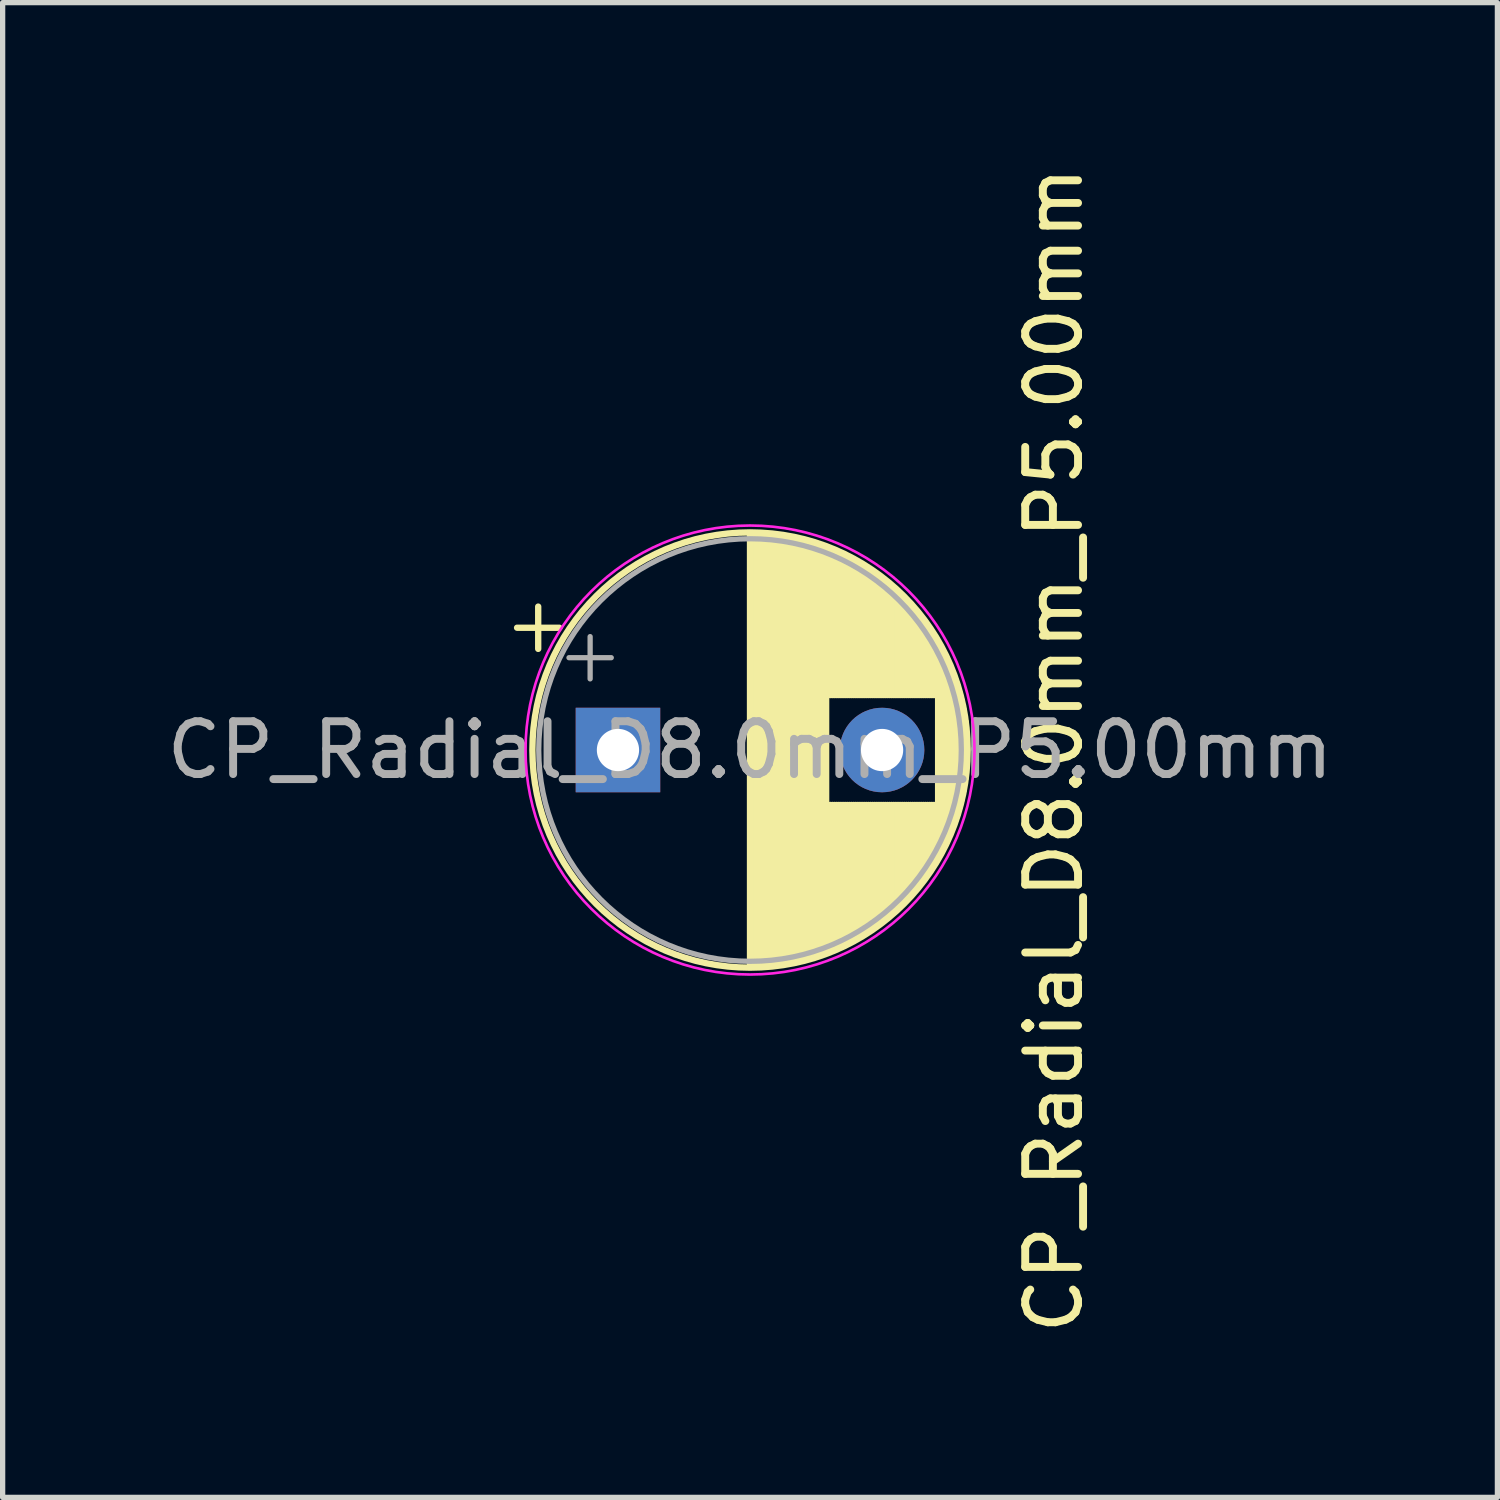
<source format=kicad_pcb>
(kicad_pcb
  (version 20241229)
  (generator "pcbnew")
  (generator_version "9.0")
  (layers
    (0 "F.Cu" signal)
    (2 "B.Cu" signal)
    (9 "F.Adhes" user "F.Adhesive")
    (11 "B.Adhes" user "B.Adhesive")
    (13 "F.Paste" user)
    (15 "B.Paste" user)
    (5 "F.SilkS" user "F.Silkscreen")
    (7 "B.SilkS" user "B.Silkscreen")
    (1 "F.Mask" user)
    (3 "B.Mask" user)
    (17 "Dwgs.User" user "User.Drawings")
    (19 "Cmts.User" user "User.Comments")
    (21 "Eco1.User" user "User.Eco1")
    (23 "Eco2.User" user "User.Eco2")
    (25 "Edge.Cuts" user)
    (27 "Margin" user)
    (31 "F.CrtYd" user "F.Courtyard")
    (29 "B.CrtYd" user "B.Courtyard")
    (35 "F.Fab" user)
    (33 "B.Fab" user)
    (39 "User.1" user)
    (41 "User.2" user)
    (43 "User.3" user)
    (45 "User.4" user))
  (footprint "CP_Radial_D8.0mm_P5.00mm"
    (layer "F.Cu")
    (at 8.649 11.149)
    (property "Reference" "CP_Radial_D8.0mm_P5.00mm" (at 8.255 0 270) (layer "F.SilkS") (effects (font (size 1 1) (thickness 0.15))))
    (attr through_hole)
    (fp_line (start -1.91 -2.315) (end -1.11 -2.315) (stroke (width 0.12) (type solid)) (layer "F.SilkS"))
    (fp_line (start -1.51 -2.715) (end -1.51 -1.915) (stroke (width 0.12) (type solid)) (layer "F.SilkS"))
    (fp_line (start 2.5 -4.08) (end 2.5 4.08) (stroke (width 0.12) (type solid)) (layer "F.SilkS"))
    (fp_line (start 2.54 -4.08) (end 2.54 4.08) (stroke (width 0.12) (type solid)) (layer "F.SilkS"))
    (fp_line (start 2.58 -4.08) (end 2.58 4.08) (stroke (width 0.12) (type solid)) (layer "F.SilkS"))
    (fp_line (start 2.62 -4.079) (end 2.62 4.079) (stroke (width 0.12) (type solid)) (layer "F.SilkS"))
    (fp_line (start 2.66 -4.077) (end 2.66 4.077) (stroke (width 0.12) (type solid)) (layer "F.SilkS"))
    (fp_line (start 2.7 -4.076) (end 2.7 4.076) (stroke (width 0.12) (type solid)) (layer "F.SilkS"))
    (fp_line (start 2.74 -4.074) (end 2.74 4.074) (stroke (width 0.12) (type solid)) (layer "F.SilkS"))
    (fp_line (start 2.78 -4.071) (end 2.78 4.071) (stroke (width 0.12) (type solid)) (layer "F.SilkS"))
    (fp_line (start 2.82 -4.068) (end 2.82 4.068) (stroke (width 0.12) (type solid)) (layer "F.SilkS"))
    (fp_line (start 2.86 -4.065) (end 2.86 4.065) (stroke (width 0.12) (type solid)) (layer "F.SilkS"))
    (fp_line (start 2.9 -4.061) (end 2.9 4.061) (stroke (width 0.12) (type solid)) (layer "F.SilkS"))
    (fp_line (start 2.94 -4.057) (end 2.94 4.057) (stroke (width 0.12) (type solid)) (layer "F.SilkS"))
    (fp_line (start 2.98 -4.052) (end 2.98 4.052) (stroke (width 0.12) (type solid)) (layer "F.SilkS"))
    (fp_line (start 3.02 -4.048) (end 3.02 4.048) (stroke (width 0.12) (type solid)) (layer "F.SilkS"))
    (fp_line (start 3.06 -4.042) (end 3.06 4.042) (stroke (width 0.12) (type solid)) (layer "F.SilkS"))
    (fp_line (start 3.1 -4.037) (end 3.1 4.037) (stroke (width 0.12) (type solid)) (layer "F.SilkS"))
    (fp_line (start 3.14 -4.03) (end 3.14 4.03) (stroke (width 0.12) (type solid)) (layer "F.SilkS"))
    (fp_line (start 3.18 -4.024) (end 3.18 4.024) (stroke (width 0.12) (type solid)) (layer "F.SilkS"))
    (fp_line (start 3.221 -4.017) (end 3.221 4.017) (stroke (width 0.12) (type solid)) (layer "F.SilkS"))
    (fp_line (start 3.261 -4.01) (end 3.261 4.01) (stroke (width 0.12) (type solid)) (layer "F.SilkS"))
    (fp_line (start 3.301 -4.002) (end 3.301 4.002) (stroke (width 0.12) (type solid)) (layer "F.SilkS"))
    (fp_line (start 3.341 -3.994) (end 3.341 3.994) (stroke (width 0.12) (type solid)) (layer "F.SilkS"))
    (fp_line (start 3.381 -3.985) (end 3.381 3.985) (stroke (width 0.12) (type solid)) (layer "F.SilkS"))
    (fp_line (start 3.421 -3.976) (end 3.421 3.976) (stroke (width 0.12) (type solid)) (layer "F.SilkS"))
    (fp_line (start 3.461 -3.967) (end 3.461 3.967) (stroke (width 0.12) (type solid)) (layer "F.SilkS"))
    (fp_line (start 3.501 -3.957) (end 3.501 3.957) (stroke (width 0.12) (type solid)) (layer "F.SilkS"))
    (fp_line (start 3.541 -3.947) (end 3.541 3.947) (stroke (width 0.12) (type solid)) (layer "F.SilkS"))
    (fp_line (start 3.581 -3.936) (end 3.581 3.936) (stroke (width 0.12) (type solid)) (layer "F.SilkS"))
    (fp_line (start 3.621 -3.925) (end 3.621 3.925) (stroke (width 0.12) (type solid)) (layer "F.SilkS"))
    (fp_line (start 3.661 -3.914) (end 3.661 3.914) (stroke (width 0.12) (type solid)) (layer "F.SilkS"))
    (fp_line (start 3.701 -3.902) (end 3.701 3.902) (stroke (width 0.12) (type solid)) (layer "F.SilkS"))
    (fp_line (start 3.741 -3.889) (end 3.741 3.889) (stroke (width 0.12) (type solid)) (layer "F.SilkS"))
    (fp_line (start 3.781 -3.877) (end 3.781 3.877) (stroke (width 0.12) (type solid)) (layer "F.SilkS"))
    (fp_line (start 3.821 -3.863) (end 3.821 3.863) (stroke (width 0.12) (type solid)) (layer "F.SilkS"))
    (fp_line (start 3.861 -3.85) (end 3.861 3.85) (stroke (width 0.12) (type solid)) (layer "F.SilkS"))
    (fp_line (start 3.901 -3.835) (end 3.901 3.835) (stroke (width 0.12) (type solid)) (layer "F.SilkS"))
    (fp_line (start 3.941 -3.821) (end 3.941 3.821) (stroke (width 0.12) (type solid)) (layer "F.SilkS"))
    (fp_line (start 3.981 -3.805) (end 3.981 -1.04) (stroke (width 0.12) (type solid)) (layer "F.SilkS"))
    (fp_line (start 3.981 1.04) (end 3.981 3.805) (stroke (width 0.12) (type solid)) (layer "F.SilkS"))
    (fp_line (start 4.021 -3.79) (end 4.021 -1.04) (stroke (width 0.12) (type solid)) (layer "F.SilkS"))
    (fp_line (start 4.021 1.04) (end 4.021 3.79) (stroke (width 0.12) (type solid)) (layer "F.SilkS"))
    (fp_line (start 4.061 -3.774) (end 4.061 -1.04) (stroke (width 0.12) (type solid)) (layer "F.SilkS"))
    (fp_line (start 4.061 1.04) (end 4.061 3.774) (stroke (width 0.12) (type solid)) (layer "F.SilkS"))
    (fp_line (start 4.101 -3.757) (end 4.101 -1.04) (stroke (width 0.12) (type solid)) (layer "F.SilkS"))
    (fp_line (start 4.101 1.04) (end 4.101 3.757) (stroke (width 0.12) (type solid)) (layer "F.SilkS"))
    (fp_line (start 4.141 -3.74) (end 4.141 -1.04) (stroke (width 0.12) (type solid)) (layer "F.SilkS"))
    (fp_line (start 4.141 1.04) (end 4.141 3.74) (stroke (width 0.12) (type solid)) (layer "F.SilkS"))
    (fp_line (start 4.181 -3.722) (end 4.181 -1.04) (stroke (width 0.12) (type solid)) (layer "F.SilkS"))
    (fp_line (start 4.181 1.04) (end 4.181 3.722) (stroke (width 0.12) (type solid)) (layer "F.SilkS"))
    (fp_line (start 4.221 -3.704) (end 4.221 -1.04) (stroke (width 0.12) (type solid)) (layer "F.SilkS"))
    (fp_line (start 4.221 1.04) (end 4.221 3.704) (stroke (width 0.12) (type solid)) (layer "F.SilkS"))
    (fp_line (start 4.261 -3.686) (end 4.261 -1.04) (stroke (width 0.12) (type solid)) (layer "F.SilkS"))
    (fp_line (start 4.261 1.04) (end 4.261 3.686) (stroke (width 0.12) (type solid)) (layer "F.SilkS"))
    (fp_line (start 4.301 -3.666) (end 4.301 -1.04) (stroke (width 0.12) (type solid)) (layer "F.SilkS"))
    (fp_line (start 4.301 1.04) (end 4.301 3.666) (stroke (width 0.12) (type solid)) (layer "F.SilkS"))
    (fp_line (start 4.341 -3.647) (end 4.341 -1.04) (stroke (width 0.12) (type solid)) (layer "F.SilkS"))
    (fp_line (start 4.341 1.04) (end 4.341 3.647) (stroke (width 0.12) (type solid)) (layer "F.SilkS"))
    (fp_line (start 4.381 -3.627) (end 4.381 -1.04) (stroke (width 0.12) (type solid)) (layer "F.SilkS"))
    (fp_line (start 4.381 1.04) (end 4.381 3.627) (stroke (width 0.12) (type solid)) (layer "F.SilkS"))
    (fp_line (start 4.421 -3.606) (end 4.421 -1.04) (stroke (width 0.12) (type solid)) (layer "F.SilkS"))
    (fp_line (start 4.421 1.04) (end 4.421 3.606) (stroke (width 0.12) (type solid)) (layer "F.SilkS"))
    (fp_line (start 4.461 -3.584) (end 4.461 -1.04) (stroke (width 0.12) (type solid)) (layer "F.SilkS"))
    (fp_line (start 4.461 1.04) (end 4.461 3.584) (stroke (width 0.12) (type solid)) (layer "F.SilkS"))
    (fp_line (start 4.501 -3.562) (end 4.501 -1.04) (stroke (width 0.12) (type solid)) (layer "F.SilkS"))
    (fp_line (start 4.501 1.04) (end 4.501 3.562) (stroke (width 0.12) (type solid)) (layer "F.SilkS"))
    (fp_line (start 4.541 -3.54) (end 4.541 -1.04) (stroke (width 0.12) (type solid)) (layer "F.SilkS"))
    (fp_line (start 4.541 1.04) (end 4.541 3.54) (stroke (width 0.12) (type solid)) (layer "F.SilkS"))
    (fp_line (start 4.581 -3.517) (end 4.581 -1.04) (stroke (width 0.12) (type solid)) (layer "F.SilkS"))
    (fp_line (start 4.581 1.04) (end 4.581 3.517) (stroke (width 0.12) (type solid)) (layer "F.SilkS"))
    (fp_line (start 4.621 -3.493) (end 4.621 -1.04) (stroke (width 0.12) (type solid)) (layer "F.SilkS"))
    (fp_line (start 4.621 1.04) (end 4.621 3.493) (stroke (width 0.12) (type solid)) (layer "F.SilkS"))
    (fp_line (start 4.661 -3.469) (end 4.661 -1.04) (stroke (width 0.12) (type solid)) (layer "F.SilkS"))
    (fp_line (start 4.661 1.04) (end 4.661 3.469) (stroke (width 0.12) (type solid)) (layer "F.SilkS"))
    (fp_line (start 4.701 -3.444) (end 4.701 -1.04) (stroke (width 0.12) (type solid)) (layer "F.SilkS"))
    (fp_line (start 4.701 1.04) (end 4.701 3.444) (stroke (width 0.12) (type solid)) (layer "F.SilkS"))
    (fp_line (start 4.741 -3.418) (end 4.741 -1.04) (stroke (width 0.12) (type solid)) (layer "F.SilkS"))
    (fp_line (start 4.741 1.04) (end 4.741 3.418) (stroke (width 0.12) (type solid)) (layer "F.SilkS"))
    (fp_line (start 4.781 -3.392) (end 4.781 -1.04) (stroke (width 0.12) (type solid)) (layer "F.SilkS"))
    (fp_line (start 4.781 1.04) (end 4.781 3.392) (stroke (width 0.12) (type solid)) (layer "F.SilkS"))
    (fp_line (start 4.821 -3.365) (end 4.821 -1.04) (stroke (width 0.12) (type solid)) (layer "F.SilkS"))
    (fp_line (start 4.821 1.04) (end 4.821 3.365) (stroke (width 0.12) (type solid)) (layer "F.SilkS"))
    (fp_line (start 4.861 -3.338) (end 4.861 -1.04) (stroke (width 0.12) (type solid)) (layer "F.SilkS"))
    (fp_line (start 4.861 1.04) (end 4.861 3.338) (stroke (width 0.12) (type solid)) (layer "F.SilkS"))
    (fp_line (start 4.901 -3.309) (end 4.901 -1.04) (stroke (width 0.12) (type solid)) (layer "F.SilkS"))
    (fp_line (start 4.901 1.04) (end 4.901 3.309) (stroke (width 0.12) (type solid)) (layer "F.SilkS"))
    (fp_line (start 4.941 -3.28) (end 4.941 -1.04) (stroke (width 0.12) (type solid)) (layer "F.SilkS"))
    (fp_line (start 4.941 1.04) (end 4.941 3.28) (stroke (width 0.12) (type solid)) (layer "F.SilkS"))
    (fp_line (start 4.981 -3.25) (end 4.981 -1.04) (stroke (width 0.12) (type solid)) (layer "F.SilkS"))
    (fp_line (start 4.981 1.04) (end 4.981 3.25) (stroke (width 0.12) (type solid)) (layer "F.SilkS"))
    (fp_line (start 5.021 -3.22) (end 5.021 -1.04) (stroke (width 0.12) (type solid)) (layer "F.SilkS"))
    (fp_line (start 5.021 1.04) (end 5.021 3.22) (stroke (width 0.12) (type solid)) (layer "F.SilkS"))
    (fp_line (start 5.061 -3.189) (end 5.061 -1.04) (stroke (width 0.12) (type solid)) (layer "F.SilkS"))
    (fp_line (start 5.061 1.04) (end 5.061 3.189) (stroke (width 0.12) (type solid)) (layer "F.SilkS"))
    (fp_line (start 5.101 -3.156) (end 5.101 -1.04) (stroke (width 0.12) (type solid)) (layer "F.SilkS"))
    (fp_line (start 5.101 1.04) (end 5.101 3.156) (stroke (width 0.12) (type solid)) (layer "F.SilkS"))
    (fp_line (start 5.141 -3.124) (end 5.141 -1.04) (stroke (width 0.12) (type solid)) (layer "F.SilkS"))
    (fp_line (start 5.141 1.04) (end 5.141 3.124) (stroke (width 0.12) (type solid)) (layer "F.SilkS"))
    (fp_line (start 5.181 -3.09) (end 5.181 -1.04) (stroke (width 0.12) (type solid)) (layer "F.SilkS"))
    (fp_line (start 5.181 1.04) (end 5.181 3.09) (stroke (width 0.12) (type solid)) (layer "F.SilkS"))
    (fp_line (start 5.221 -3.055) (end 5.221 -1.04) (stroke (width 0.12) (type solid)) (layer "F.SilkS"))
    (fp_line (start 5.221 1.04) (end 5.221 3.055) (stroke (width 0.12) (type solid)) (layer "F.SilkS"))
    (fp_line (start 5.261 -3.019) (end 5.261 -1.04) (stroke (width 0.12) (type solid)) (layer "F.SilkS"))
    (fp_line (start 5.261 1.04) (end 5.261 3.019) (stroke (width 0.12) (type solid)) (layer "F.SilkS"))
    (fp_line (start 5.301 -2.983) (end 5.301 -1.04) (stroke (width 0.12) (type solid)) (layer "F.SilkS"))
    (fp_line (start 5.301 1.04) (end 5.301 2.983) (stroke (width 0.12) (type solid)) (layer "F.SilkS"))
    (fp_line (start 5.341 -2.945) (end 5.341 -1.04) (stroke (width 0.12) (type solid)) (layer "F.SilkS"))
    (fp_line (start 5.341 1.04) (end 5.341 2.945) (stroke (width 0.12) (type solid)) (layer "F.SilkS"))
    (fp_line (start 5.381 -2.907) (end 5.381 -1.04) (stroke (width 0.12) (type solid)) (layer "F.SilkS"))
    (fp_line (start 5.381 1.04) (end 5.381 2.907) (stroke (width 0.12) (type solid)) (layer "F.SilkS"))
    (fp_line (start 5.421 -2.867) (end 5.421 -1.04) (stroke (width 0.12) (type solid)) (layer "F.SilkS"))
    (fp_line (start 5.421 1.04) (end 5.421 2.867) (stroke (width 0.12) (type solid)) (layer "F.SilkS"))
    (fp_line (start 5.461 -2.826) (end 5.461 -1.04) (stroke (width 0.12) (type solid)) (layer "F.SilkS"))
    (fp_line (start 5.461 1.04) (end 5.461 2.826) (stroke (width 0.12) (type solid)) (layer "F.SilkS"))
    (fp_line (start 5.501 -2.784) (end 5.501 -1.04) (stroke (width 0.12) (type solid)) (layer "F.SilkS"))
    (fp_line (start 5.501 1.04) (end 5.501 2.784) (stroke (width 0.12) (type solid)) (layer "F.SilkS"))
    (fp_line (start 5.541 -2.741) (end 5.541 -1.04) (stroke (width 0.12) (type solid)) (layer "F.SilkS"))
    (fp_line (start 5.541 1.04) (end 5.541 2.741) (stroke (width 0.12) (type solid)) (layer "F.SilkS"))
    (fp_line (start 5.581 -2.697) (end 5.581 -1.04) (stroke (width 0.12) (type solid)) (layer "F.SilkS"))
    (fp_line (start 5.581 1.04) (end 5.581 2.697) (stroke (width 0.12) (type solid)) (layer "F.SilkS"))
    (fp_line (start 5.621 -2.651) (end 5.621 -1.04) (stroke (width 0.12) (type solid)) (layer "F.SilkS"))
    (fp_line (start 5.621 1.04) (end 5.621 2.651) (stroke (width 0.12) (type solid)) (layer "F.SilkS"))
    (fp_line (start 5.661 -2.604) (end 5.661 -1.04) (stroke (width 0.12) (type solid)) (layer "F.SilkS"))
    (fp_line (start 5.661 1.04) (end 5.661 2.604) (stroke (width 0.12) (type solid)) (layer "F.SilkS"))
    (fp_line (start 5.701 -2.556) (end 5.701 -1.04) (stroke (width 0.12) (type solid)) (layer "F.SilkS"))
    (fp_line (start 5.701 1.04) (end 5.701 2.556) (stroke (width 0.12) (type solid)) (layer "F.SilkS"))
    (fp_line (start 5.741 -2.505) (end 5.741 -1.04) (stroke (width 0.12) (type solid)) (layer "F.SilkS"))
    (fp_line (start 5.741 1.04) (end 5.741 2.505) (stroke (width 0.12) (type solid)) (layer "F.SilkS"))
    (fp_line (start 5.781 -2.454) (end 5.781 -1.04) (stroke (width 0.12) (type solid)) (layer "F.SilkS"))
    (fp_line (start 5.781 1.04) (end 5.781 2.454) (stroke (width 0.12) (type solid)) (layer "F.SilkS"))
    (fp_line (start 5.821 -2.4) (end 5.821 -1.04) (stroke (width 0.12) (type solid)) (layer "F.SilkS"))
    (fp_line (start 5.821 1.04) (end 5.821 2.4) (stroke (width 0.12) (type solid)) (layer "F.SilkS"))
    (fp_line (start 5.861 -2.345) (end 5.861 -1.04) (stroke (width 0.12) (type solid)) (layer "F.SilkS"))
    (fp_line (start 5.861 1.04) (end 5.861 2.345) (stroke (width 0.12) (type solid)) (layer "F.SilkS"))
    (fp_line (start 5.901 -2.287) (end 5.901 -1.04) (stroke (width 0.12) (type solid)) (layer "F.SilkS"))
    (fp_line (start 5.901 1.04) (end 5.901 2.287) (stroke (width 0.12) (type solid)) (layer "F.SilkS"))
    (fp_line (start 5.941 -2.228) (end 5.941 -1.04) (stroke (width 0.12) (type solid)) (layer "F.SilkS"))
    (fp_line (start 5.941 1.04) (end 5.941 2.228) (stroke (width 0.12) (type solid)) (layer "F.SilkS"))
    (fp_line (start 5.981 -2.166) (end 5.981 -1.04) (stroke (width 0.12) (type solid)) (layer "F.SilkS"))
    (fp_line (start 5.981 1.04) (end 5.981 2.166) (stroke (width 0.12) (type solid)) (layer "F.SilkS"))
    (fp_line (start 6.021 -2.102) (end 6.021 -1.04) (stroke (width 0.12) (type solid)) (layer "F.SilkS"))
    (fp_line (start 6.021 1.04) (end 6.021 2.102) (stroke (width 0.12) (type solid)) (layer "F.SilkS"))
    (fp_line (start 6.061 -2.034) (end 6.061 2.034) (stroke (width 0.12) (type solid)) (layer "F.SilkS"))
    (fp_line (start 6.101 -1.964) (end 6.101 1.964) (stroke (width 0.12) (type solid)) (layer "F.SilkS"))
    (fp_line (start 6.141 -1.89) (end 6.141 1.89) (stroke (width 0.12) (type solid)) (layer "F.SilkS"))
    (fp_line (start 6.181 -1.813) (end 6.181 1.813) (stroke (width 0.12) (type solid)) (layer "F.SilkS"))
    (fp_line (start 6.221 -1.731) (end 6.221 1.731) (stroke (width 0.12) (type solid)) (layer "F.SilkS"))
    (fp_line (start 6.261 -1.645) (end 6.261 1.645) (stroke (width 0.12) (type solid)) (layer "F.SilkS"))
    (fp_line (start 6.301 -1.552) (end 6.301 1.552) (stroke (width 0.12) (type solid)) (layer "F.SilkS"))
    (fp_line (start 6.341 -1.453) (end 6.341 1.453) (stroke (width 0.12) (type solid)) (layer "F.SilkS"))
    (fp_line (start 6.381 -1.346) (end 6.381 1.346) (stroke (width 0.12) (type solid)) (layer "F.SilkS"))
    (fp_line (start 6.421 -1.229) (end 6.421 1.229) (stroke (width 0.12) (type solid)) (layer "F.SilkS"))
    (fp_line (start 6.461 -1.098) (end 6.461 1.098) (stroke (width 0.12) (type solid)) (layer "F.SilkS"))
    (fp_line (start 6.501 -0.948) (end 6.501 0.948) (stroke (width 0.12) (type solid)) (layer "F.SilkS"))
    (fp_line (start 6.541 -0.768) (end 6.541 0.768) (stroke (width 0.12) (type solid)) (layer "F.SilkS"))
    (fp_line (start 6.581 -0.533) (end 6.581 0.533) (stroke (width 0.12) (type solid)) (layer "F.SilkS"))
    (fp_circle (center 2.5 0) (end 6.62 0) (stroke (width 0.12) (type solid)) (fill no) (layer "F.SilkS"))
    (fp_circle (center 2.5 0) (end 6.75 0) (stroke (width 0.05) (type solid)) (fill no) (layer "F.CrtYd"))
    (fp_line (start -0.927 -1.748) (end -0.127 -1.748) (stroke (width 0.1) (type solid)) (layer "F.Fab"))
    (fp_line (start -0.527 -2.147) (end -0.527 -1.347) (stroke (width 0.1) (type solid)) (layer "F.Fab"))
    (fp_circle (center 2.5 0) (end 6.5 0) (stroke (width 0.1) (type solid)) (fill no) (layer "F.Fab"))
    (fp_text user "${REFERENCE}" (at 2.5 0 180) (layer "F.Fab") (effects (font (size 1 1) (thickness 0.15))))
    (pad "1" thru_hole rect (at 0 0) (size 1.6 1.6) (drill 0.8) (layers "*.Cu" "*.Mask"))
    (pad "2" thru_hole circle (at 5 0) (size 1.6 1.6) (drill 0.8) (layers "*.Cu" "*.Mask")))
  (gr_rect
    (start -3 -3)
    (end 25.298 25.298)
    (stroke (width 0.1) (type default))
    (fill no)
    (layer "Edge.Cuts")))
</source>
